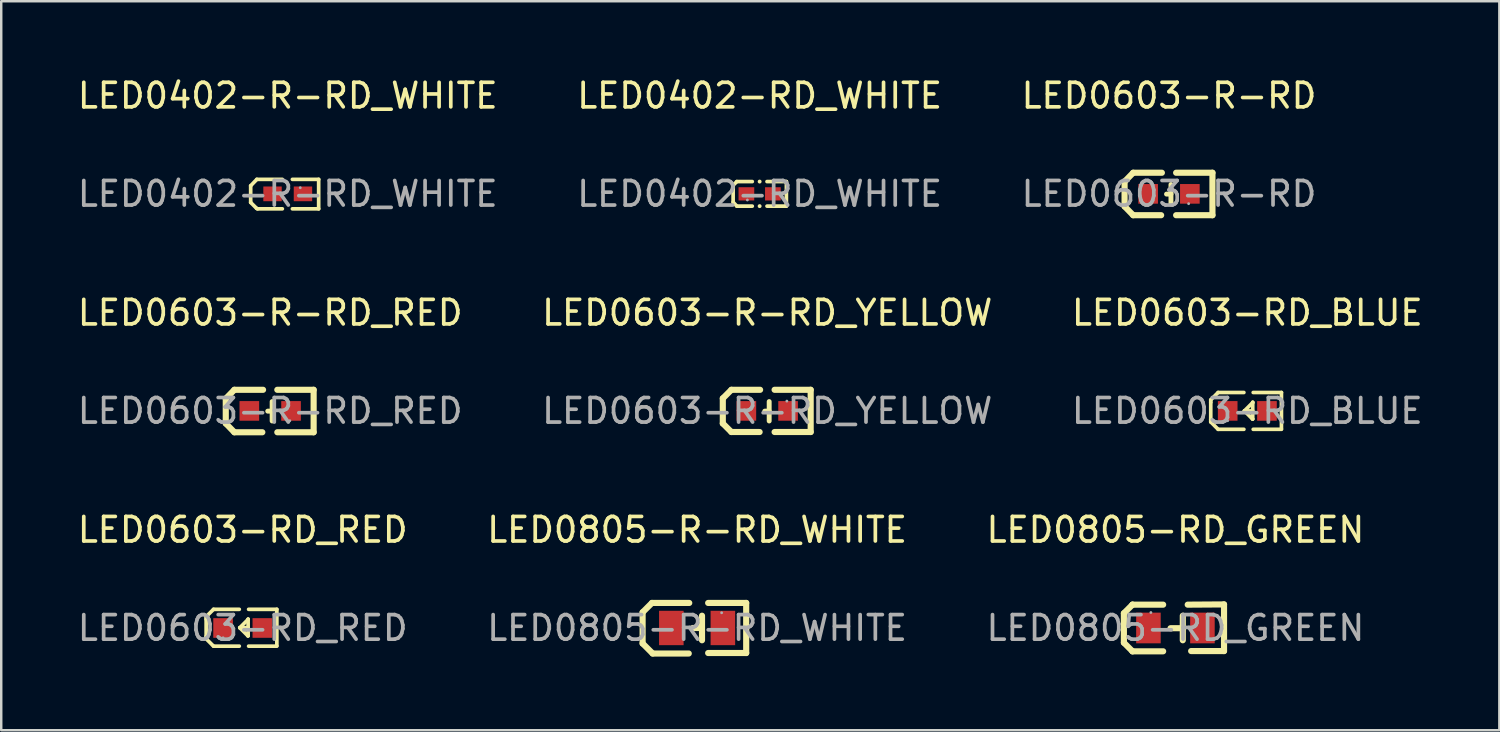
<source format=kicad_pcb>
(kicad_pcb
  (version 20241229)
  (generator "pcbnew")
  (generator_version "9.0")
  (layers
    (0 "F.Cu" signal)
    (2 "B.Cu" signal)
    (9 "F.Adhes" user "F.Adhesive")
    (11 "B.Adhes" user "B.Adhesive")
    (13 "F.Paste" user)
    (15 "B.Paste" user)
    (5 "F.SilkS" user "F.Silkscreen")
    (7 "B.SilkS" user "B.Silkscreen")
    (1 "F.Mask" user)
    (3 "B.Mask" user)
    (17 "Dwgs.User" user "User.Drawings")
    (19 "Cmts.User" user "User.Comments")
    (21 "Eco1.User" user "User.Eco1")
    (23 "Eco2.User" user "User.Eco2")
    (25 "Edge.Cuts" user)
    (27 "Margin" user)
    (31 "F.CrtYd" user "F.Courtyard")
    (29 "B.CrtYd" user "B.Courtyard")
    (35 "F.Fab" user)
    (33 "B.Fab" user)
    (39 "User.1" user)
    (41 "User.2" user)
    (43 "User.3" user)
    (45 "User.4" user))
  (footprint "LED0805-RD_GREEN"
    (layer "F.Cu")
    (at 44.839 22.535)
    (property "Reference" "LED0805-RD_GREEN" (at 0 -4 0) (layer "F.SilkS") (effects (font (size 1 1) (thickness 0.15))))
    (attr through_hole)
    (fp_line (start -2.1 -0.6) (end -2.1 0.6) (stroke (width 0.25) (type solid)) (layer "F.SilkS"))
    (fp_line (start -1.75 -0.95) (end -2.1 -0.6) (stroke (width 0.25) (type solid)) (layer "F.SilkS"))
    (fp_line (start -1.75 -0.95) (end -1.75 -0.95) (stroke (width 0.25) (type solid)) (layer "F.SilkS"))
    (fp_line (start -1.75 0.95) (end -2.1 0.6) (stroke (width 0.25) (type solid)) (layer "F.SilkS"))
    (fp_line (start -1.75 0.95) (end -1.75 0.95) (stroke (width 0.25) (type solid)) (layer "F.SilkS"))
    (fp_line (start -0.5 -0.95) (end -1.75 -0.95) (stroke (width 0.25) (type solid)) (layer "F.SilkS"))
    (fp_line (start -0.5 0.95) (end -1.75 0.95) (stroke (width 0.25) (type solid)) (layer "F.SilkS"))
    (fp_line (start 0.3 -0.5) (end 0.3 0.5) (stroke (width 0.25) (type solid)) (layer "F.SilkS"))
    (fp_line (start 0.3 0.01) (end -0.2 0.01) (stroke (width 0.25) (type solid)) (layer "F.SilkS"))
    (fp_line (start 0.5 -0.95) (end 1.98 -0.96) (stroke (width 0.25) (type solid)) (layer "F.SilkS"))
    (fp_line (start 0.64 0.94) (end 1.98 0.94) (stroke (width 0.25) (type solid)) (layer "F.SilkS"))
    (fp_line (start 1.98 -0.96) (end 1.98 0.94) (stroke (width 0.25) (type solid)) (layer "F.SilkS"))
    (fp_circle (center -1 -0.63) (end -0.97 -0.63) (stroke (width 0.06) (type solid)) (fill no) (layer "F.Fab"))
    (fp_text user "${REFERENCE}" (at 0 0 0) (layer "F.Fab") (effects (font (size 1 1) (thickness 0.15))))
    (pad "1" smd rect (at -1.1 0 180) (size 1 1.25) (layers "F.Cu" "F.Mask" "F.Paste"))
    (pad "2" smd rect (at 1.1 0 180) (size 1 1.25) (layers "F.Cu" "F.Mask" "F.Paste")))
  (footprint "LED0603-RD_BLUE"
    (layer "F.Cu")
    (at 47.768 13.691)
    (property "Reference" "LED0603-RD_BLUE" (at 0 -4 0) (layer "F.SilkS") (effects (font (size 1 1) (thickness 0.15))))
    (attr through_hole)
    (fp_line (start -1.49 -0.45) (end -1.19 -0.75) (stroke (width 0.15) (type solid)) (layer "F.SilkS"))
    (fp_line (start -1.49 -0.35) (end -1.49 -0.45) (stroke (width 0.15) (type solid)) (layer "F.SilkS"))
    (fp_line (start -1.49 -0.35) (end -1.49 0.35) (stroke (width 0.15) (type solid)) (layer "F.SilkS"))
    (fp_line (start -1.49 0.35) (end -1.49 0.45) (stroke (width 0.15) (type solid)) (layer "F.SilkS"))
    (fp_line (start -1.49 0.45) (end -1.19 0.75) (stroke (width 0.15) (type solid)) (layer "F.SilkS"))
    (fp_line (start -0.14 -0.75) (end -1.19 -0.75) (stroke (width 0.15) (type solid)) (layer "F.SilkS"))
    (fp_line (start -0.14 0.75) (end -1.19 0.75) (stroke (width 0.15) (type solid)) (layer "F.SilkS"))
    (fp_line (start 0.21 0.33) (end -0.12 0) (stroke (width 0.15) (type solid)) (layer "F.SilkS"))
    (fp_line (start 0.22 -0.35) (end 0.22 -0.34) (stroke (width 0.15) (type solid)) (layer "F.SilkS"))
    (fp_line (start 0.22 -0.35) (end 0.22 0.33) (stroke (width 0.15) (type solid)) (layer "F.SilkS"))
    (fp_line (start 0.22 -0.34) (end -0.12 0) (stroke (width 0.15) (type solid)) (layer "F.SilkS"))
    (fp_line (start 0.22 0) (end -0.12 0) (stroke (width 0.15) (type solid)) (layer "F.SilkS"))
    (fp_line (start 0.22 0.33) (end 0.21 0.33) (stroke (width 0.15) (type solid)) (layer "F.SilkS"))
    (fp_line (start 0.24 -0.75) (end 1.39 -0.75) (stroke (width 0.15) (type solid)) (layer "F.SilkS"))
    (fp_line (start 0.24 0.75) (end 1.39 0.75) (stroke (width 0.15) (type solid)) (layer "F.SilkS"))
    (fp_line (start 1.39 -0.75) (end 1.39 0.73) (stroke (width 0.15) (type solid)) (layer "F.SilkS"))
    (fp_circle (center -0.8 0.4) (end -0.77 0.4) (stroke (width 0.06) (type solid)) (fill no) (layer "F.Fab"))
    (fp_text user "${REFERENCE}" (at 0 0 0) (layer "F.Fab") (effects (font (size 1 1) (thickness 0.15))))
    (pad "1" smd rect (at -0.8 0 90) (size 0.8 0.8) (layers "F.Cu" "F.Mask" "F.Paste"))
    (pad "2" smd rect (at 0.8 0 90) (size 0.8 0.8) (layers "F.Cu" "F.Mask" "F.Paste")))
  (footprint "LED0402-RD_WHITE"
    (layer "F.Cu")
    (at 27.899 4.848)
    (property "Reference" "LED0402-RD_WHITE" (at 0 -4 0) (layer "F.SilkS") (effects (font (size 1 1) (thickness 0.15))))
    (attr through_hole)
    (fp_line (start -1.08 -0.35) (end -0.93 -0.5) (stroke (width 0.15) (type solid)) (layer "F.SilkS"))
    (fp_line (start -1.08 0.34) (end -1.08 -0.35) (stroke (width 0.15) (type solid)) (layer "F.SilkS"))
    (fp_line (start -0.93 -0.5) (end -0.3 -0.5) (stroke (width 0.15) (type solid)) (layer "F.SilkS"))
    (fp_line (start -0.93 0.5) (end -1.08 0.34) (stroke (width 0.15) (type solid)) (layer "F.SilkS"))
    (fp_line (start -0.3 0.5) (end -0.93 0.5) (stroke (width 0.15) (type solid)) (layer "F.SilkS"))
    (fp_line (start 0.3 0.5) (end 1.09 0.5) (stroke (width 0.15) (type solid)) (layer "F.SilkS"))
    (fp_line (start 1.09 -0.5) (end 0.3 -0.5) (stroke (width 0.15) (type solid)) (layer "F.SilkS"))
    (fp_line (start 1.09 0.5) (end 1.09 -0.5) (stroke (width 0.15) (type solid)) (layer "F.SilkS"))
    (fp_circle (center 0 -0.5) (end 0.04 -0.5) (stroke (width 0.08) (type solid)) (fill no) (layer "F.SilkS"))
    (fp_circle (center 0 0.5) (end 0.04 0.5) (stroke (width 0.08) (type solid)) (fill no) (layer "F.SilkS"))
    (fp_circle (center -0.5 0.25) (end -0.47 0.25) (stroke (width 0.06) (type solid)) (fill no) (layer "F.Fab"))
    (fp_text user "${REFERENCE}" (at 0 0 0) (layer "F.Fab") (effects (font (size 1 1) (thickness 0.15))))
    (pad "1" smd rect (at -0.54 0) (size 0.64 0.54) (layers "F.Cu" "F.Mask" "F.Paste"))
    (pad "2" smd rect (at 0.54 0) (size 0.64 0.54) (layers "F.Cu" "F.Mask" "F.Paste")))
  (footprint "LED0402-R-RD_WHITE"
    (layer "F.Cu")
    (at 8.673 4.848)
    (property "Reference" "LED0402-R-RD_WHITE" (at 0 -4 0) (layer "F.SilkS") (effects (font (size 1 1) (thickness 0.15))))
    (attr through_hole)
    (fp_line (start -1.51 -0.33) (end -1.26 -0.59) (stroke (width 0.15) (type solid)) (layer "F.SilkS"))
    (fp_line (start -1.51 0.35) (end -1.51 -0.33) (stroke (width 0.15) (type solid)) (layer "F.SilkS"))
    (fp_line (start -1.27 0.59) (end -1.51 0.35) (stroke (width 0.15) (type solid)) (layer "F.SilkS"))
    (fp_line (start -1.26 -0.59) (end -0.22 -0.59) (stroke (width 0.15) (type solid)) (layer "F.SilkS"))
    (fp_line (start -1.23 0.61) (end -1.27 0.59) (stroke (width 0.15) (type solid)) (layer "F.SilkS"))
    (fp_line (start -1.23 0.61) (end -0.22 0.61) (stroke (width 0.15) (type solid)) (layer "F.SilkS"))
    (fp_line (start 0.19 0.61) (end 1.26 0.61) (stroke (width 0.15) (type solid)) (layer "F.SilkS"))
    (fp_line (start 1.26 -0.59) (end 0.19 -0.59) (stroke (width 0.15) (type solid)) (layer "F.SilkS"))
    (fp_line (start 1.26 0.61) (end 1.26 -0.59) (stroke (width 0.15) (type solid)) (layer "F.SilkS"))
    (fp_circle (center 0.51 -0.25) (end 0.54 -0.25) (stroke (width 0.06) (type solid)) (fill no) (layer "F.Fab"))
    (fp_text user "${REFERENCE}" (at 0 0 0) (layer "F.Fab") (effects (font (size 1 1) (thickness 0.15))))
    (pad "1" smd rect (at 0.62 0) (size 0.75 0.6) (layers "F.Cu" "F.Mask" "F.Paste"))
    (pad "2" smd rect (at -0.62 0) (size 0.75 0.6) (layers "F.Cu" "F.Mask" "F.Paste")))
  (footprint "LED0603-RD_RED"
    (layer "F.Cu")
    (at 6.839 22.535)
    (property "Reference" "LED0603-RD_RED" (at 0 -4 0) (layer "F.SilkS") (effects (font (size 1 1) (thickness 0.15))))
    (attr through_hole)
    (fp_line (start -1.49 -0.46) (end -1.19 -0.76) (stroke (width 0.15) (type solid)) (layer "F.SilkS"))
    (fp_line (start -1.49 -0.36) (end -1.49 -0.46) (stroke (width 0.15) (type solid)) (layer "F.SilkS"))
    (fp_line (start -1.49 -0.36) (end -1.49 0.34) (stroke (width 0.15) (type solid)) (layer "F.SilkS"))
    (fp_line (start -1.49 0.34) (end -1.49 0.44) (stroke (width 0.15) (type solid)) (layer "F.SilkS"))
    (fp_line (start -1.49 0.44) (end -1.19 0.74) (stroke (width 0.15) (type solid)) (layer "F.SilkS"))
    (fp_line (start -0.14 -0.76) (end -1.19 -0.76) (stroke (width 0.15) (type solid)) (layer "F.SilkS"))
    (fp_line (start -0.14 0.74) (end -1.19 0.74) (stroke (width 0.15) (type solid)) (layer "F.SilkS"))
    (fp_line (start 0.21 0.32) (end -0.12 -0.01) (stroke (width 0.15) (type solid)) (layer "F.SilkS"))
    (fp_line (start 0.22 -0.36) (end 0.22 -0.35) (stroke (width 0.15) (type solid)) (layer "F.SilkS"))
    (fp_line (start 0.22 -0.36) (end 0.22 0.32) (stroke (width 0.15) (type solid)) (layer "F.SilkS"))
    (fp_line (start 0.22 -0.35) (end -0.12 -0.01) (stroke (width 0.15) (type solid)) (layer "F.SilkS"))
    (fp_line (start 0.22 -0.01) (end -0.12 -0.01) (stroke (width 0.15) (type solid)) (layer "F.SilkS"))
    (fp_line (start 0.22 0.32) (end 0.21 0.32) (stroke (width 0.15) (type solid)) (layer "F.SilkS"))
    (fp_line (start 0.24 -0.76) (end 1.39 -0.76) (stroke (width 0.15) (type solid)) (layer "F.SilkS"))
    (fp_line (start 0.24 0.74) (end 1.39 0.74) (stroke (width 0.15) (type solid)) (layer "F.SilkS"))
    (fp_line (start 1.39 -0.76) (end 1.39 0.72) (stroke (width 0.15) (type solid)) (layer "F.SilkS"))
    (fp_circle (center -0.8 0.4) (end -0.77 0.4) (stroke (width 0.06) (type solid)) (fill no) (layer "F.Fab"))
    (fp_text user "${REFERENCE}" (at 0 0 0) (layer "F.Fab") (effects (font (size 1 1) (thickness 0.15))))
    (pad "1" smd rect (at -0.8 0 90) (size 0.8 0.8) (layers "F.Cu" "F.Mask" "F.Paste"))
    (pad "2" smd rect (at 0.8 0 90) (size 0.8 0.8) (layers "F.Cu" "F.Mask" "F.Paste")))
  (footprint "LED0603-R-RD_YELLOW"
    (layer "F.Cu")
    (at 28.208 13.691)
    (property "Reference" "LED0603-R-RD_YELLOW" (at 0 -4 0) (layer "F.SilkS") (effects (font (size 1 1) (thickness 0.15))))
    (attr through_hole)
    (fp_line (start -1.81 -0.51) (end -1.46 -0.86) (stroke (width 0.25) (type solid)) (layer "F.SilkS"))
    (fp_line (start -1.81 0.51) (end -1.81 -0.51) (stroke (width 0.25) (type solid)) (layer "F.SilkS"))
    (fp_line (start -1.46 0.86) (end -1.81 0.51) (stroke (width 0.25) (type solid)) (layer "F.SilkS"))
    (fp_line (start -0.31 0.86) (end -1.46 0.86) (stroke (width 0.25) (type solid)) (layer "F.SilkS"))
    (fp_line (start -0.29 -0.86) (end -1.46 -0.86) (stroke (width 0.25) (type solid)) (layer "F.SilkS"))
    (fp_line (start 0.08 0.01) (end -0.1 0.01) (stroke (width 0.2) (type solid)) (layer "F.SilkS"))
    (fp_line (start 0.08 0.41) (end 0.08 -0.38) (stroke (width 0.2) (type solid)) (layer "F.SilkS"))
    (fp_line (start 1.77 -0.86) (end 0.3 -0.86) (stroke (width 0.25) (type solid)) (layer "F.SilkS"))
    (fp_line (start 1.77 0.86) (end 0.3 0.86) (stroke (width 0.25) (type solid)) (layer "F.SilkS"))
    (fp_line (start 1.77 0.86) (end 1.77 -0.86) (stroke (width 0.25) (type solid)) (layer "F.SilkS"))
    (fp_circle (center 0.8 -0.4) (end 0.83 -0.4) (stroke (width 0.06) (type solid)) (fill no) (layer "F.Fab"))
    (fp_text user "${REFERENCE}" (at 0 0 0) (layer "F.Fab") (effects (font (size 1 1) (thickness 0.15))))
    (pad "1" smd rect (at 0.85 0 90) (size 0.8 0.8) (layers "F.Cu" "F.Mask" "F.Paste"))
    (pad "2" smd rect (at -0.85 0 90) (size 0.8 0.8) (layers "F.Cu" "F.Mask" "F.Paste")))
  (footprint "LED0805-R-RD_WHITE"
    (layer "F.Cu")
    (at 25.351 22.535)
    (property "Reference" "LED0805-R-RD_WHITE" (at 0 -4 0) (layer "F.SilkS") (effects (font (size 1 1) (thickness 0.15))))
    (attr through_hole)
    (fp_line (start -2.22 -0.64) (end -1.84 -1.02) (stroke (width 0.25) (type solid)) (layer "F.SilkS"))
    (fp_line (start -2.22 0.63) (end -2.22 -0.64) (stroke (width 0.25) (type solid)) (layer "F.SilkS"))
    (fp_line (start -1.84 -1.02) (end -0.32 -1.02) (stroke (width 0.25) (type solid)) (layer "F.SilkS"))
    (fp_line (start -1.81 1.04) (end -2.22 0.63) (stroke (width 0.25) (type solid)) (layer "F.SilkS"))
    (fp_line (start -0.34 1.04) (end -1.81 1.04) (stroke (width 0.25) (type solid)) (layer "F.SilkS"))
    (fp_line (start 0.1 0) (end -0.17 0) (stroke (width 0.25) (type solid)) (layer "F.SilkS"))
    (fp_line (start 0.2 -0.5) (end 0.2 0.5) (stroke (width 0.25) (type solid)) (layer "F.SilkS"))
    (fp_line (start 0.45 1.02) (end 2 1.02) (stroke (width 0.25) (type solid)) (layer "F.SilkS"))
    (fp_line (start 2 -1.02) (end 0.45 -1.02) (stroke (width 0.25) (type solid)) (layer "F.SilkS"))
    (fp_line (start 2 1.02) (end 2 -1.02) (stroke (width 0.25) (type solid)) (layer "F.SilkS"))
    (fp_circle (center 1 -0.62) (end 1.03 -0.62) (stroke (width 0.06) (type solid)) (fill no) (layer "F.Fab"))
    (fp_text user "${REFERENCE}" (at 0 0 0) (layer "F.Fab") (effects (font (size 1 1) (thickness 0.15))))
    (pad "1" smd rect (at 1.05 0 180) (size 1 1.4) (layers "F.Cu" "F.Mask" "F.Paste"))
    (pad "2" smd rect (at -1.05 0 180) (size 1 1.4) (layers "F.Cu" "F.Mask" "F.Paste")))
  (footprint "LED0603-R-RD"
    (layer "F.Cu")
    (at 44.577 4.848)
    (property "Reference" "LED0603-R-RD" (at 0 -4 0) (layer "F.SilkS") (effects (font (size 1 1) (thickness 0.15))))
    (attr through_hole)
    (fp_line (start -1.81 -0.5) (end -1.46 -0.86) (stroke (width 0.25) (type solid)) (layer "F.SilkS"))
    (fp_line (start -1.81 0.51) (end -1.81 -0.5) (stroke (width 0.25) (type solid)) (layer "F.SilkS"))
    (fp_line (start -1.46 0.87) (end -1.81 0.51) (stroke (width 0.25) (type solid)) (layer "F.SilkS"))
    (fp_line (start -0.32 0.87) (end -1.46 0.87) (stroke (width 0.25) (type solid)) (layer "F.SilkS"))
    (fp_line (start -0.29 -0.86) (end -1.46 -0.86) (stroke (width 0.25) (type solid)) (layer "F.SilkS"))
    (fp_line (start 0.08 0.01) (end -0.1 0.01) (stroke (width 0.2) (type solid)) (layer "F.SilkS"))
    (fp_line (start 0.08 0.41) (end 0.08 -0.38) (stroke (width 0.2) (type solid)) (layer "F.SilkS"))
    (fp_line (start 1.77 -0.86) (end 0.29 -0.86) (stroke (width 0.25) (type solid)) (layer "F.SilkS"))
    (fp_line (start 1.77 0.87) (end 0.29 0.87) (stroke (width 0.25) (type solid)) (layer "F.SilkS"))
    (fp_line (start 1.77 0.87) (end 1.77 -0.86) (stroke (width 0.25) (type solid)) (layer "F.SilkS"))
    (fp_circle (center 0.8 0.4) (end 0.83 0.4) (stroke (width 0.06) (type solid)) (fill no) (layer "F.Fab"))
    (fp_text user "${REFERENCE}" (at 0 0 0) (layer "F.Fab") (effects (font (size 1 1) (thickness 0.15))))
    (pad "1" smd rect (at 0.85 0 90) (size 0.8 0.8) (layers "F.Cu" "F.Mask" "F.Paste"))
    (pad "2" smd rect (at -0.85 0 90) (size 0.8 0.8) (layers "F.Cu" "F.Mask" "F.Paste")))
  (footprint "LED0603-R-RD_RED"
    (layer "F.Cu")
    (at 7.958 13.691)
    (property "Reference" "LED0603-R-RD_RED" (at 0 -4 0) (layer "F.SilkS") (effects (font (size 1 1) (thickness 0.15))))
    (attr through_hole)
    (fp_line (start -1.81 -0.5) (end -1.46 -0.86) (stroke (width 0.25) (type solid)) (layer "F.SilkS"))
    (fp_line (start -1.81 0.51) (end -1.81 -0.5) (stroke (width 0.25) (type solid)) (layer "F.SilkS"))
    (fp_line (start -1.46 0.87) (end -1.81 0.51) (stroke (width 0.25) (type solid)) (layer "F.SilkS"))
    (fp_line (start -0.32 0.87) (end -1.46 0.87) (stroke (width 0.25) (type solid)) (layer "F.SilkS"))
    (fp_line (start -0.29 -0.86) (end -1.46 -0.86) (stroke (width 0.25) (type solid)) (layer "F.SilkS"))
    (fp_line (start 0.08 0.01) (end -0.1 0.01) (stroke (width 0.2) (type solid)) (layer "F.SilkS"))
    (fp_line (start 0.08 0.41) (end 0.08 -0.38) (stroke (width 0.2) (type solid)) (layer "F.SilkS"))
    (fp_line (start 1.77 -0.86) (end 0.29 -0.86) (stroke (width 0.25) (type solid)) (layer "F.SilkS"))
    (fp_line (start 1.77 0.87) (end 0.29 0.87) (stroke (width 0.25) (type solid)) (layer "F.SilkS"))
    (fp_line (start 1.77 0.87) (end 1.77 -0.86) (stroke (width 0.25) (type solid)) (layer "F.SilkS"))
    (fp_circle (center 0.8 0.4) (end 0.83 0.4) (stroke (width 0.06) (type solid)) (fill no) (layer "F.Fab"))
    (fp_text user "${REFERENCE}" (at 0 0 0) (layer "F.Fab") (effects (font (size 1 1) (thickness 0.15))))
    (pad "1" smd rect (at 0.85 0 90) (size 0.8 0.8) (layers "F.Cu" "F.Mask" "F.Paste"))
    (pad "2" smd rect (at -0.85 0 90) (size 0.8 0.8) (layers "F.Cu" "F.Mask" "F.Paste")))
  (gr_rect
    (start -3 -3)
    (end 58.036 26.7)
    (stroke (width 0.1) (type default))
    (fill no)
    (layer "Edge.Cuts")))
</source>
